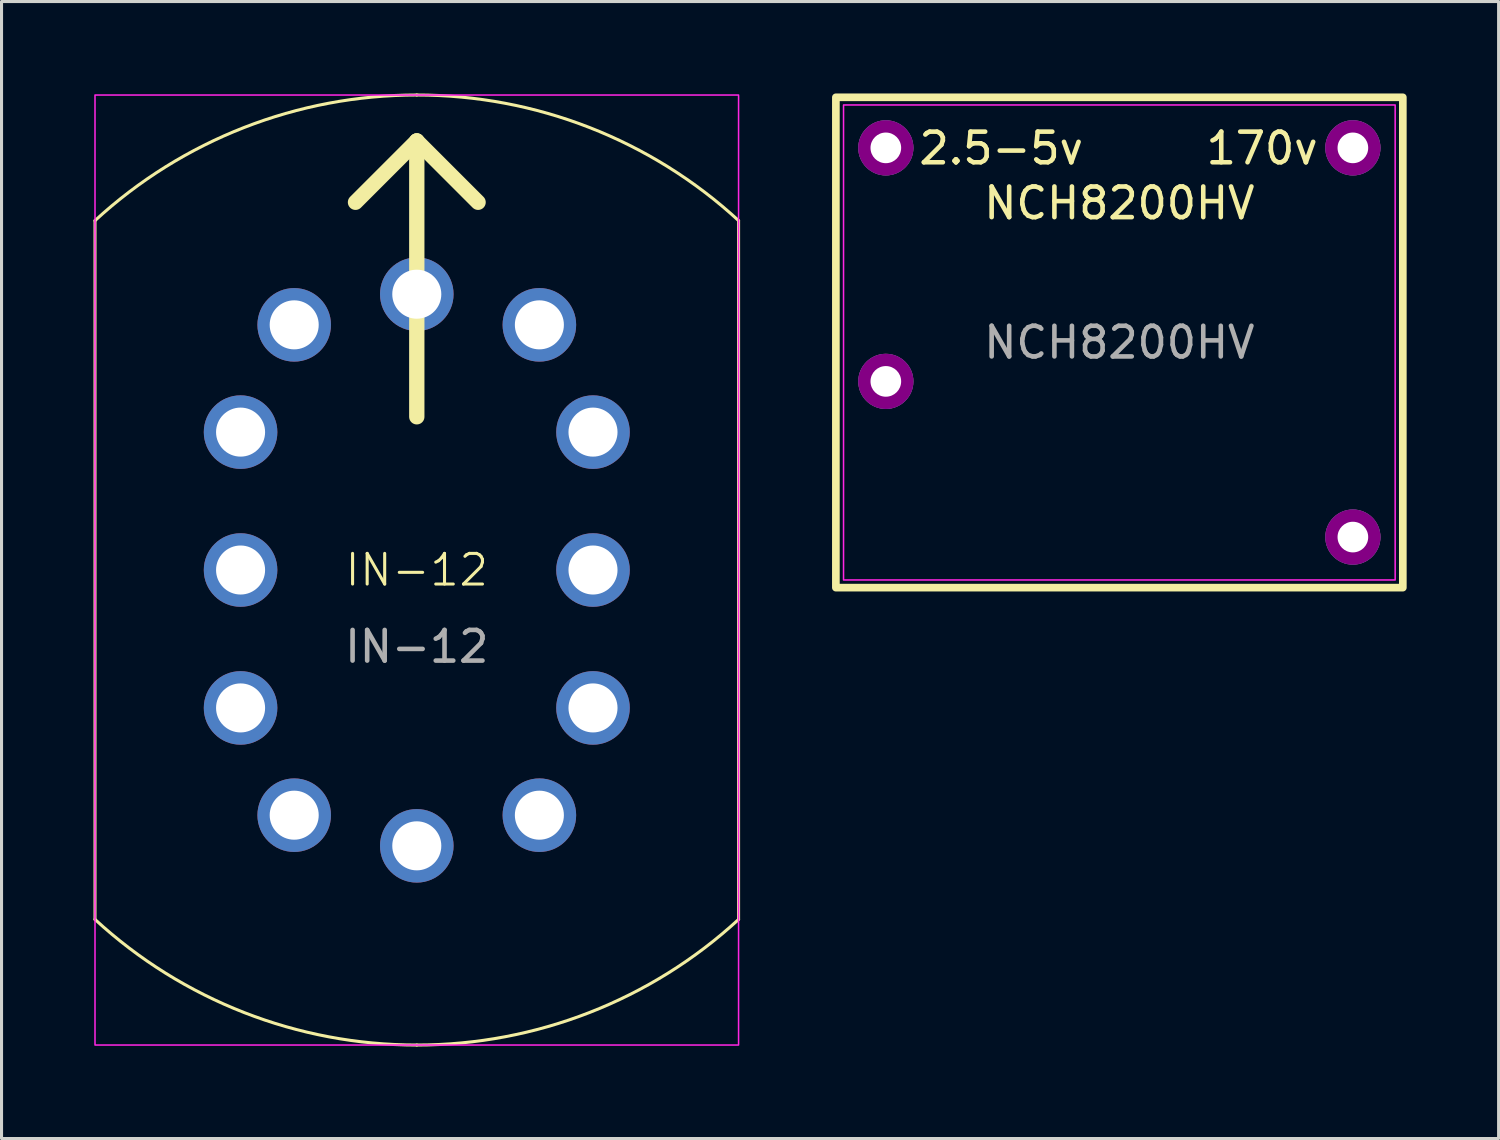
<source format=kicad_pcb>
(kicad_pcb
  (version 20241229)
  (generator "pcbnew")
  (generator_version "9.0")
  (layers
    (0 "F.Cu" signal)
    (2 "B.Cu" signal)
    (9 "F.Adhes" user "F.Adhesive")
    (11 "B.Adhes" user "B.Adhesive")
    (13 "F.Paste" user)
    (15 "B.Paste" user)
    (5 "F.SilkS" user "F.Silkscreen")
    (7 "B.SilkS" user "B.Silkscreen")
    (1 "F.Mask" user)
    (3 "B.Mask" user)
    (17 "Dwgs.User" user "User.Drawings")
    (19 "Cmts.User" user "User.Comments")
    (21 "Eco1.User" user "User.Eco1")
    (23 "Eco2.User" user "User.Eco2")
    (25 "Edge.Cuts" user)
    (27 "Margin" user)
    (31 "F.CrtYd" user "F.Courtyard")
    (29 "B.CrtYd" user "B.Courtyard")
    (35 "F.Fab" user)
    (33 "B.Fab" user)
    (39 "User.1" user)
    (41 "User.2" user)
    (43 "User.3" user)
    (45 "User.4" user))
  (footprint "NCH8200HV"
    (layer "F.Cu")
    (at 33.475 8.125)
    (property "Reference" "NCH8200HV" (at 0 -4.545 0) (layer "F.SilkS") (effects (font (size 1 1) (thickness 0.15))))
    (fp_rect (start -9.25 -8) (end 9.25 8) (stroke (width 0.25) (type solid)) (fill no) (layer "F.SilkS"))
    (fp_rect (start -9 -7.75) (end 9 7.75) (stroke (width 0.05) (type default)) (fill no) (layer "F.CrtYd"))
    (fp_text user "2.5-5v" (at -6.62 -5.75 0) (unlocked yes) (layer "F.SilkS") (effects (font (size 1 1) (thickness 0.15)) (justify left bottom)))
    (fp_text user "170v" (at 2.75 -5.75 0) (unlocked yes) (layer "F.SilkS") (effects (font (size 1 1) (thickness 0.15)) (justify left bottom)))
    (fp_text user "${REFERENCE}" (at 0 0 0) (layer "F.Fab") (effects (font (size 1 1) (thickness 0.15))))
    (pad "1" thru_hole circle (at -7.62 -6.35) (size 1.8 1.8) (drill 1) (layers "*.Cu" "*.Mask" "F.Adhes"))
    (pad "2" thru_hole circle (at -7.62 1.27) (size 1.8 1.8) (drill 1) (layers "*.Cu" "*.Mask" "F.Adhes"))
    (pad "2" thru_hole circle (at 7.62 6.35) (size 1.8 1.8) (drill 1) (layers "*.Cu" "*.Mask" "F.Adhes"))
    (pad "3" thru_hole circle (at 7.62 -6.35) (size 1.8 1.8) (drill 1) (layers "*.Cu" "*.Mask" "F.Adhes")))
  (footprint "IN-12"
    (layer "F.Cu")
    (at 10.55 15.55)
    (property "Reference" "IN-12" (at 0 0 0) (unlocked yes) (layer "F.SilkS") (effects (font (size 1 1) (thickness 0.1))))
    (attr smd)
    (fp_line (start -10.5 -11.402) (end -10.5 11.402) (stroke (width 0.1) (type solid)) (layer "F.SilkS"))
    (fp_line (start 0 -14) (end -2 -12) (stroke (width 0.5) (type solid)) (layer "F.SilkS"))
    (fp_line (start 0 -5) (end 0 -14) (stroke (width 0.5) (type solid)) (layer "F.SilkS"))
    (fp_line (start 2 -12) (end 0 -14) (stroke (width 0.5) (type solid)) (layer "F.SilkS"))
    (fp_line (start 10.5 -11.402) (end 10.5 11.402) (stroke (width 0.1) (type solid)) (layer "F.SilkS"))
    (fp_arc (start -10.5 -11.401753) (mid -5.635726 -14.439133) (end 0 -15.499999) (stroke (width 0.1) (type default)) (layer "F.SilkS"))
    (fp_arc (start 0 -15.5) (mid 5.635726 -14.439134) (end 10.5 -11.401754) (stroke (width 0.1) (type default)) (layer "F.SilkS"))
    (fp_arc (start 0 15.499999) (mid -5.635726 14.439133) (end -10.5 11.401753) (stroke (width 0.1) (type default)) (layer "F.SilkS"))
    (fp_arc (start 10.5 11.401754) (mid 5.635726 14.439134) (end 0 15.5) (stroke (width 0.1) (type default)) (layer "F.SilkS"))
    (fp_rect (start -10.5 -15.5) (end 10.5 15.5) (stroke (width 0.05) (type default)) (fill no) (layer "F.CrtYd"))
    (fp_text user "${REFERENCE}" (at 0 2.5 0) (unlocked yes) (layer "F.Fab") (effects (font (size 1 1) (thickness 0.15))))
    (pad "0" thru_hole circle (at 5.75 4.5) (size 2.4 2.4) (drill 1.6) (layers "*.Cu" "*.Mask"))
    (pad "1" thru_hole circle (at -4 8) (size 2.4 2.4) (drill 1.6) (layers "*.Cu" "*.Mask"))
    (pad "2" thru_hole circle (at -5.75 4.5) (size 2.4 2.4) (drill 1.6) (layers "*.Cu" "*.Mask"))
    (pad "3" thru_hole circle (at -5.75 0) (size 2.4 2.4) (drill 1.6) (layers "*.Cu" "*.Mask"))
    (pad "4" thru_hole circle (at -5.75 -4.5) (size 2.4 2.4) (drill 1.6) (layers "*.Cu" "*.Mask"))
    (pad "5" thru_hole circle (at -4 -8) (size 2.4 2.4) (drill 1.6) (layers "*.Cu" "*.Mask"))
    (pad "6" thru_hole circle (at 0 -9) (size 2.4 2.4) (drill 1.6) (layers "*.Cu" "*.Mask"))
    (pad "7" thru_hole circle (at 4 -8) (size 2.4 2.4) (drill 1.6) (layers "*.Cu" "*.Mask"))
    (pad "8" thru_hole circle (at 5.75 -4.5) (size 2.4 2.4) (drill 1.6) (layers "*.Cu" "*.Mask"))
    (pad "9" thru_hole circle (at 5.75 0) (size 2.4 2.4) (drill 1.6) (layers "*.Cu" "*.Mask"))
    (pad "A" thru_hole circle (at 4 8) (size 2.4 2.4) (drill 1.6) (layers "*.Cu" "*.Mask"))
    (pad "LHDP" thru_hole circle (at 0 9) (size 2.4 2.4) (drill 1.6) (layers "*.Cu" "*.Mask")))
  (gr_rect
    (start -3 -3)
    (end 45.85 34.1)
    (stroke (width 0.1) (type default))
    (fill no)
    (layer "Edge.Cuts")))
</source>
